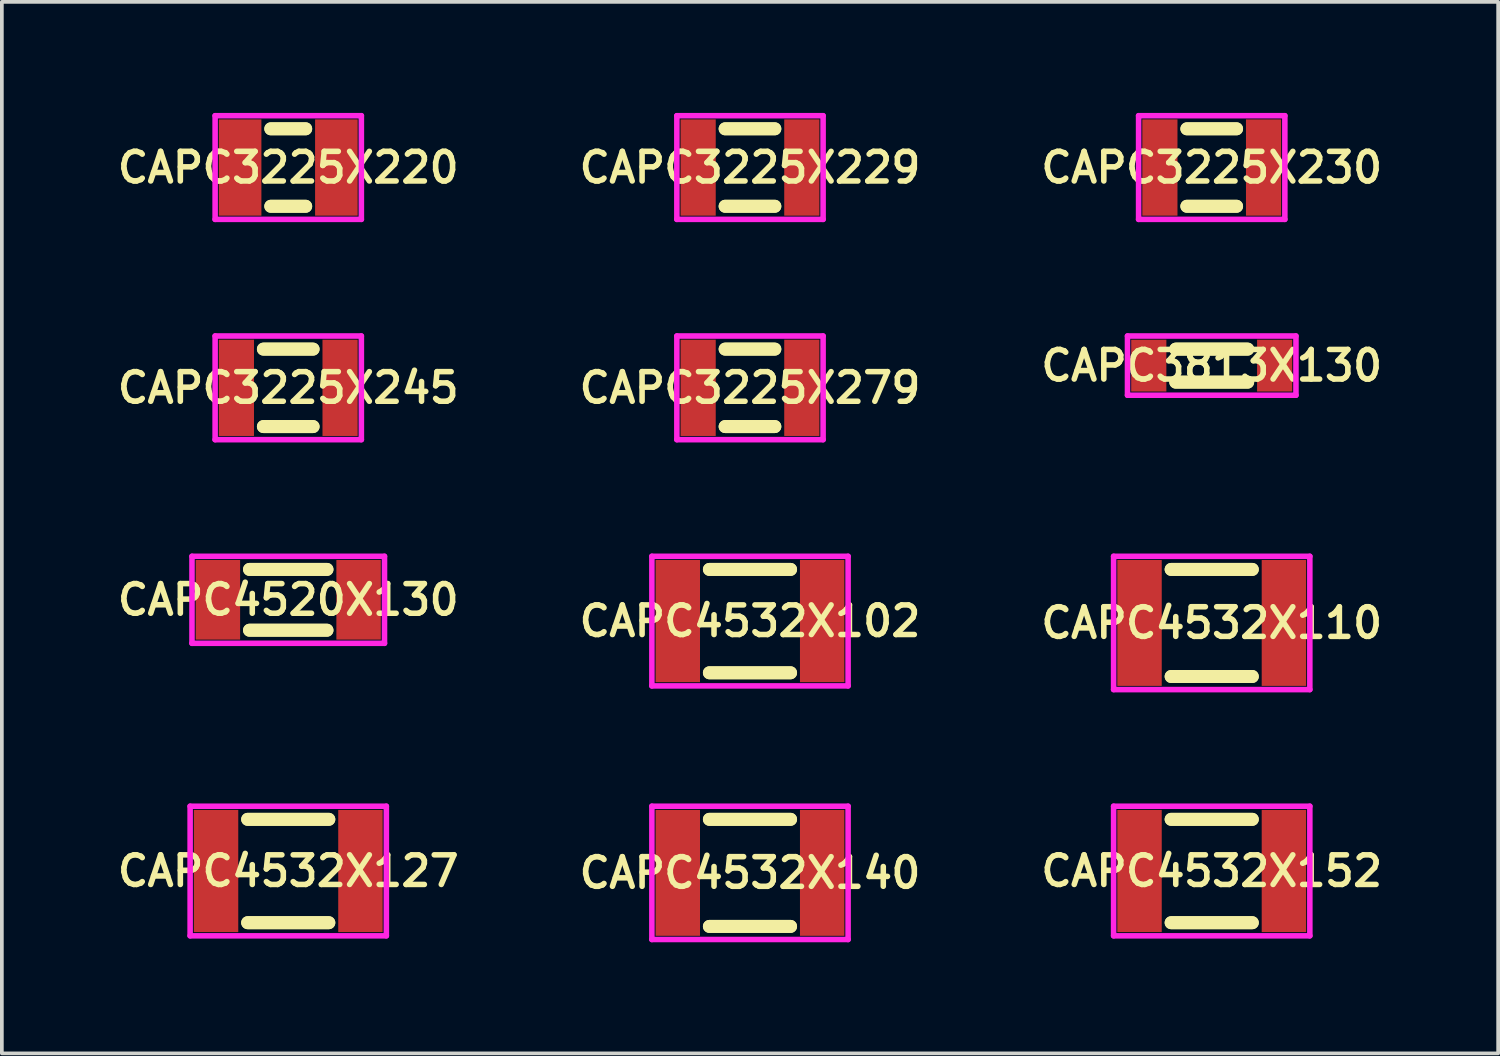
<source format=kicad_pcb>
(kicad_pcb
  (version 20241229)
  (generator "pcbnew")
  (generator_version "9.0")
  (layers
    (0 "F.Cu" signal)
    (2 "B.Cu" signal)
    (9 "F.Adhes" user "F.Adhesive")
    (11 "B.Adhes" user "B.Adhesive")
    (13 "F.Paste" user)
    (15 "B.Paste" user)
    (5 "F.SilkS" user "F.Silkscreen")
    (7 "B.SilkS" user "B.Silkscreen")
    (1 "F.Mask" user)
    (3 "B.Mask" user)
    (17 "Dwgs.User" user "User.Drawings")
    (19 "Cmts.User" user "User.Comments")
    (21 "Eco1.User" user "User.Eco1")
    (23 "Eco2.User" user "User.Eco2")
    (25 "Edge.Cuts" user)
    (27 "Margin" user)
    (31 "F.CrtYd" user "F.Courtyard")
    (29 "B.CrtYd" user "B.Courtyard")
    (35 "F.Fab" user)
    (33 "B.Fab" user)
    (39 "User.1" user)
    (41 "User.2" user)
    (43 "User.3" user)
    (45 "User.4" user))
  (footprint "CAPC4532X102"
    (layer "F.Cu")
    (at 17.206 13.725)
    (property "Reference" "CAPC4532X102" (at 0 0 0) (layer "F.SilkS") (effects (font (size 0.8 0.8) (thickness 0.15))))
    (attr smd)
    (fp_line (start -1.096 -1.396) (end 1.096 -1.396) (stroke (width 0.35) (type solid)) (layer "F.SilkS"))
    (fp_line (start -1.096 1.396) (end 1.096 1.396) (stroke (width 0.35) (type solid)) (layer "F.SilkS"))
    (fp_line (start 1.096 -1.396) (end -1.096 -1.396) (stroke (width 0.35) (type solid)) (layer "F.SilkS"))
    (fp_line (start 1.096 1.396) (end -1.096 1.396) (stroke (width 0.35) (type solid)) (layer "F.SilkS"))
    (fp_line (start -2.65 -1.75) (end 2.65 -1.75) (stroke (width 0.15) (type solid)) (layer "F.CrtYd"))
    (fp_line (start -2.65 1.75) (end -2.65 -1.75) (stroke (width 0.15) (type solid)) (layer "F.CrtYd"))
    (fp_line (start 2.65 -1.75) (end 2.65 1.75) (stroke (width 0.15) (type solid)) (layer "F.CrtYd"))
    (fp_line (start 2.65 1.75) (end -2.65 1.75) (stroke (width 0.15) (type solid)) (layer "F.CrtYd"))
    (pad "1" smd rect (at -1.95 0) (size 1.2 3.3) (layers "F.Cu" "F.Mask" "F.Paste"))
    (pad "2" smd rect (at 1.95 0) (size 1.2 3.3) (layers "F.Cu" "F.Mask" "F.Paste")))
  (footprint "CAPC3225X229"
    (layer "F.Cu")
    (at 17.206 1.475)
    (property "Reference" "CAPC3225X229" (at 0 0 0) (layer "F.SilkS") (effects (font (size 0.8 0.8) (thickness 0.15))))
    (attr smd)
    (fp_line (start -0.671 -1.046) (end 0.671 -1.046) (stroke (width 0.35) (type solid)) (layer "F.SilkS"))
    (fp_line (start -0.671 1.046) (end 0.671 1.046) (stroke (width 0.35) (type solid)) (layer "F.SilkS"))
    (fp_line (start 0.671 -1.046) (end -0.671 -1.046) (stroke (width 0.35) (type solid)) (layer "F.SilkS"))
    (fp_line (start 0.671 1.046) (end -0.671 1.046) (stroke (width 0.35) (type solid)) (layer "F.SilkS"))
    (fp_line (start -1.975 -1.4) (end 1.975 -1.4) (stroke (width 0.15) (type solid)) (layer "F.CrtYd"))
    (fp_line (start -1.975 1.4) (end -1.975 -1.4) (stroke (width 0.15) (type solid)) (layer "F.CrtYd"))
    (fp_line (start 1.975 -1.4) (end 1.975 1.4) (stroke (width 0.15) (type solid)) (layer "F.CrtYd"))
    (fp_line (start 1.975 1.4) (end -1.975 1.4) (stroke (width 0.15) (type solid)) (layer "F.CrtYd"))
    (pad "1" smd rect (at -1.4 0) (size 0.95 2.6) (layers "F.Cu" "F.Mask" "F.Paste"))
    (pad "2" smd rect (at 1.4 0) (size 0.95 2.6) (layers "F.Cu" "F.Mask" "F.Paste")))
  (footprint "CAPC4532X140"
    (layer "F.Cu")
    (at 17.206 20.525)
    (property "Reference" "CAPC4532X140" (at 0 0 0) (layer "F.SilkS") (effects (font (size 0.8 0.8) (thickness 0.15))))
    (attr smd)
    (fp_line (start -1.096 -1.446) (end 1.096 -1.446) (stroke (width 0.35) (type solid)) (layer "F.SilkS"))
    (fp_line (start -1.096 1.446) (end 1.096 1.446) (stroke (width 0.35) (type solid)) (layer "F.SilkS"))
    (fp_line (start 1.096 -1.446) (end -1.096 -1.446) (stroke (width 0.35) (type solid)) (layer "F.SilkS"))
    (fp_line (start 1.096 1.446) (end -1.096 1.446) (stroke (width 0.35) (type solid)) (layer "F.SilkS"))
    (fp_line (start -2.65 -1.8) (end 2.65 -1.8) (stroke (width 0.15) (type solid)) (layer "F.CrtYd"))
    (fp_line (start -2.65 1.8) (end -2.65 -1.8) (stroke (width 0.15) (type solid)) (layer "F.CrtYd"))
    (fp_line (start 2.65 -1.8) (end 2.65 1.8) (stroke (width 0.15) (type solid)) (layer "F.CrtYd"))
    (fp_line (start 2.65 1.8) (end -2.65 1.8) (stroke (width 0.15) (type solid)) (layer "F.CrtYd"))
    (pad "1" smd rect (at -1.95 0) (size 1.2 3.4) (layers "F.Cu" "F.Mask" "F.Paste"))
    (pad "2" smd rect (at 1.95 0) (size 1.2 3.4) (layers "F.Cu" "F.Mask" "F.Paste")))
  (footprint "CAPC3225X230"
    (layer "F.Cu")
    (at 29.677 1.475)
    (property "Reference" "CAPC3225X230" (at 0 0 0) (layer "F.SilkS") (effects (font (size 0.8 0.8) (thickness 0.15))))
    (attr through_hole)
    (fp_line (start -0.671 -1.046) (end 0.671 -1.046) (stroke (width 0.35) (type solid)) (layer "F.SilkS"))
    (fp_line (start -0.671 1.046) (end 0.671 1.046) (stroke (width 0.35) (type solid)) (layer "F.SilkS"))
    (fp_line (start 0.671 -1.046) (end -0.671 -1.046) (stroke (width 0.35) (type solid)) (layer "F.SilkS"))
    (fp_line (start 0.671 1.046) (end -0.671 1.046) (stroke (width 0.35) (type solid)) (layer "F.SilkS"))
    (fp_line (start -1.975 -1.4) (end 1.975 -1.4) (stroke (width 0.15) (type solid)) (layer "F.CrtYd"))
    (fp_line (start -1.975 1.4) (end -1.975 -1.4) (stroke (width 0.15) (type solid)) (layer "F.CrtYd"))
    (fp_line (start 1.975 -1.4) (end 1.975 1.4) (stroke (width 0.15) (type solid)) (layer "F.CrtYd"))
    (fp_line (start 1.975 1.4) (end -1.975 1.4) (stroke (width 0.15) (type solid)) (layer "F.CrtYd"))
    (pad "1" smd rect (at -1.4 0) (size 0.95 2.6) (layers "F.Cu" "F.Mask" "F.Paste"))
    (pad "2" smd rect (at 1.4 0) (size 0.95 2.6) (layers "F.Cu" "F.Mask" "F.Paste")))
  (footprint "CAPC4532X127"
    (layer "F.Cu")
    (at 4.735 20.475)
    (property "Reference" "CAPC4532X127" (at 0 0 0) (layer "F.SilkS") (effects (font (size 0.8 0.8) (thickness 0.15))))
    (attr smd)
    (fp_line (start -1.096 -1.396) (end 1.096 -1.396) (stroke (width 0.35) (type solid)) (layer "F.SilkS"))
    (fp_line (start -1.096 1.396) (end 1.096 1.396) (stroke (width 0.35) (type solid)) (layer "F.SilkS"))
    (fp_line (start 1.096 -1.396) (end -1.096 -1.396) (stroke (width 0.35) (type solid)) (layer "F.SilkS"))
    (fp_line (start 1.096 1.396) (end -1.096 1.396) (stroke (width 0.35) (type solid)) (layer "F.SilkS"))
    (fp_line (start -2.65 -1.75) (end 2.65 -1.75) (stroke (width 0.15) (type solid)) (layer "F.CrtYd"))
    (fp_line (start -2.65 1.75) (end -2.65 -1.75) (stroke (width 0.15) (type solid)) (layer "F.CrtYd"))
    (fp_line (start 2.65 -1.75) (end 2.65 1.75) (stroke (width 0.15) (type solid)) (layer "F.CrtYd"))
    (fp_line (start 2.65 1.75) (end -2.65 1.75) (stroke (width 0.15) (type solid)) (layer "F.CrtYd"))
    (pad "1" smd rect (at -1.95 0) (size 1.2 3.3) (layers "F.Cu" "F.Mask" "F.Paste"))
    (pad "2" smd rect (at 1.95 0) (size 1.2 3.3) (layers "F.Cu" "F.Mask" "F.Paste")))
  (footprint "CAPC4532X110"
    (layer "F.Cu")
    (at 29.677 13.775)
    (property "Reference" "CAPC4532X110" (at 0 0 0) (layer "F.SilkS") (effects (font (size 0.8 0.8) (thickness 0.15))))
    (attr through_hole)
    (fp_line (start -1.096 -1.446) (end 1.096 -1.446) (stroke (width 0.35) (type solid)) (layer "F.SilkS"))
    (fp_line (start -1.096 1.446) (end 1.096 1.446) (stroke (width 0.35) (type solid)) (layer "F.SilkS"))
    (fp_line (start 1.096 -1.446) (end -1.096 -1.446) (stroke (width 0.35) (type solid)) (layer "F.SilkS"))
    (fp_line (start 1.096 1.446) (end -1.096 1.446) (stroke (width 0.35) (type solid)) (layer "F.SilkS"))
    (fp_line (start -2.65 -1.8) (end 2.65 -1.8) (stroke (width 0.15) (type solid)) (layer "F.CrtYd"))
    (fp_line (start -2.65 1.8) (end -2.65 -1.8) (stroke (width 0.15) (type solid)) (layer "F.CrtYd"))
    (fp_line (start 2.65 -1.8) (end 2.65 1.8) (stroke (width 0.15) (type solid)) (layer "F.CrtYd"))
    (fp_line (start 2.65 1.8) (end -2.65 1.8) (stroke (width 0.15) (type solid)) (layer "F.CrtYd"))
    (pad "1" smd rect (at -1.95 0) (size 1.2 3.4) (layers "F.Cu" "F.Mask" "F.Paste"))
    (pad "2" smd rect (at 1.95 0) (size 1.2 3.4) (layers "F.Cu" "F.Mask" "F.Paste")))
  (footprint "CAPC4520X130"
    (layer "F.Cu")
    (at 4.735 13.15)
    (property "Reference" "CAPC4520X130" (at 0 0 0) (layer "F.SilkS") (effects (font (size 0.8 0.8) (thickness 0.15))))
    (attr through_hole)
    (fp_line (start -1.046 -0.821) (end 1.046 -0.821) (stroke (width 0.35) (type solid)) (layer "F.SilkS"))
    (fp_line (start -1.046 0.821) (end 1.046 0.821) (stroke (width 0.35) (type solid)) (layer "F.SilkS"))
    (fp_line (start 1.046 -0.821) (end -1.046 -0.821) (stroke (width 0.35) (type solid)) (layer "F.SilkS"))
    (fp_line (start 1.046 0.821) (end -1.046 0.821) (stroke (width 0.35) (type solid)) (layer "F.SilkS"))
    (fp_line (start -2.6 -1.175) (end 2.6 -1.175) (stroke (width 0.15) (type solid)) (layer "F.CrtYd"))
    (fp_line (start -2.6 1.175) (end -2.6 -1.175) (stroke (width 0.15) (type solid)) (layer "F.CrtYd"))
    (fp_line (start 2.6 -1.175) (end 2.6 1.175) (stroke (width 0.15) (type solid)) (layer "F.CrtYd"))
    (fp_line (start 2.6 1.175) (end -2.6 1.175) (stroke (width 0.15) (type solid)) (layer "F.CrtYd"))
    (pad "1" smd rect (at -1.9 0) (size 1.2 2.15) (layers "F.Cu" "F.Mask" "F.Paste"))
    (pad "2" smd rect (at 1.9 0) (size 1.2 2.15) (layers "F.Cu" "F.Mask" "F.Paste")))
  (footprint "CAPC3225X220"
    (layer "F.Cu")
    (at 4.735 1.475)
    (property "Reference" "CAPC3225X220" (at 0 0 0) (layer "F.SilkS") (effects (font (size 0.8 0.8) (thickness 0.15))))
    (attr smd)
    (fp_line (start -0.471 -1.046) (end 0.471 -1.046) (stroke (width 0.35) (type solid)) (layer "F.SilkS"))
    (fp_line (start -0.471 1.046) (end 0.471 1.046) (stroke (width 0.35) (type solid)) (layer "F.SilkS"))
    (fp_line (start 0.471 -1.046) (end -0.471 -1.046) (stroke (width 0.35) (type solid)) (layer "F.SilkS"))
    (fp_line (start 0.471 1.046) (end -0.471 1.046) (stroke (width 0.35) (type solid)) (layer "F.SilkS"))
    (fp_line (start -1.975 -1.4) (end 1.975 -1.4) (stroke (width 0.15) (type solid)) (layer "F.CrtYd"))
    (fp_line (start -1.975 1.4) (end -1.975 -1.4) (stroke (width 0.15) (type solid)) (layer "F.CrtYd"))
    (fp_line (start 1.975 -1.4) (end 1.975 1.4) (stroke (width 0.15) (type solid)) (layer "F.CrtYd"))
    (fp_line (start 1.975 1.4) (end -1.975 1.4) (stroke (width 0.15) (type solid)) (layer "F.CrtYd"))
    (pad "1" smd rect (at -1.3 0) (size 1.15 2.6) (layers "F.Cu" "F.Mask" "F.Paste"))
    (pad "2" smd rect (at 1.3 0) (size 1.15 2.6) (layers "F.Cu" "F.Mask" "F.Paste")))
  (footprint "CAPC4532X152"
    (layer "F.Cu")
    (at 29.677 20.475)
    (property "Reference" "CAPC4532X152" (at 0 0 0) (layer "F.SilkS") (effects (font (size 0.8 0.8) (thickness 0.15))))
    (attr through_hole)
    (fp_line (start -1.096 -1.396) (end 1.096 -1.396) (stroke (width 0.35) (type solid)) (layer "F.SilkS"))
    (fp_line (start -1.096 1.396) (end 1.096 1.396) (stroke (width 0.35) (type solid)) (layer "F.SilkS"))
    (fp_line (start 1.096 -1.396) (end -1.096 -1.396) (stroke (width 0.35) (type solid)) (layer "F.SilkS"))
    (fp_line (start 1.096 1.396) (end -1.096 1.396) (stroke (width 0.35) (type solid)) (layer "F.SilkS"))
    (fp_line (start -2.65 -1.75) (end 2.65 -1.75) (stroke (width 0.15) (type solid)) (layer "F.CrtYd"))
    (fp_line (start -2.65 1.75) (end -2.65 -1.75) (stroke (width 0.15) (type solid)) (layer "F.CrtYd"))
    (fp_line (start 2.65 -1.75) (end 2.65 1.75) (stroke (width 0.15) (type solid)) (layer "F.CrtYd"))
    (fp_line (start 2.65 1.75) (end -2.65 1.75) (stroke (width 0.15) (type solid)) (layer "F.CrtYd"))
    (pad "1" smd rect (at -1.95 0) (size 1.2 3.3) (layers "F.Cu" "F.Mask" "F.Paste"))
    (pad "2" smd rect (at 1.95 0) (size 1.2 3.3) (layers "F.Cu" "F.Mask" "F.Paste")))
  (footprint "CAPC3813X130"
    (layer "F.Cu")
    (at 29.677 6.825)
    (property "Reference" "CAPC3813X130" (at 0 0 0) (layer "F.SilkS") (effects (font (size 0.8 0.8) (thickness 0.15))))
    (attr smd)
    (fp_line (start -0.971 -0.446) (end 0.971 -0.446) (stroke (width 0.35) (type solid)) (layer "F.SilkS"))
    (fp_line (start -0.971 0.446) (end 0.971 0.446) (stroke (width 0.35) (type solid)) (layer "F.SilkS"))
    (fp_line (start 0.971 -0.446) (end -0.971 -0.446) (stroke (width 0.35) (type solid)) (layer "F.SilkS"))
    (fp_line (start 0.971 0.446) (end -0.971 0.446) (stroke (width 0.35) (type solid)) (layer "F.SilkS"))
    (fp_line (start -2.275 -0.8) (end 2.275 -0.8) (stroke (width 0.15) (type solid)) (layer "F.CrtYd"))
    (fp_line (start -2.275 0.8) (end -2.275 -0.8) (stroke (width 0.15) (type solid)) (layer "F.CrtYd"))
    (fp_line (start 2.275 -0.8) (end 2.275 0.8) (stroke (width 0.15) (type solid)) (layer "F.CrtYd"))
    (fp_line (start 2.275 0.8) (end -2.275 0.8) (stroke (width 0.15) (type solid)) (layer "F.CrtYd"))
    (pad "1" smd rect (at -1.7 0) (size 0.95 1.4) (layers "F.Cu" "F.Mask" "F.Paste"))
    (pad "2" smd rect (at 1.7 0) (size 0.95 1.4) (layers "F.Cu" "F.Mask" "F.Paste")))
  (footprint "CAPC3225X279"
    (layer "F.Cu")
    (at 17.206 7.425)
    (property "Reference" "CAPC3225X279" (at 0 0 0) (layer "F.SilkS") (effects (font (size 0.8 0.8) (thickness 0.15))))
    (attr through_hole)
    (fp_line (start -0.671 -1.046) (end 0.671 -1.046) (stroke (width 0.35) (type solid)) (layer "F.SilkS"))
    (fp_line (start -0.671 1.046) (end 0.671 1.046) (stroke (width 0.35) (type solid)) (layer "F.SilkS"))
    (fp_line (start 0.671 -1.046) (end -0.671 -1.046) (stroke (width 0.35) (type solid)) (layer "F.SilkS"))
    (fp_line (start 0.671 1.046) (end -0.671 1.046) (stroke (width 0.35) (type solid)) (layer "F.SilkS"))
    (fp_line (start -1.975 -1.4) (end 1.975 -1.4) (stroke (width 0.15) (type solid)) (layer "F.CrtYd"))
    (fp_line (start -1.975 1.4) (end -1.975 -1.4) (stroke (width 0.15) (type solid)) (layer "F.CrtYd"))
    (fp_line (start 1.975 -1.4) (end 1.975 1.4) (stroke (width 0.15) (type solid)) (layer "F.CrtYd"))
    (fp_line (start 1.975 1.4) (end -1.975 1.4) (stroke (width 0.15) (type solid)) (layer "F.CrtYd"))
    (pad "1" smd rect (at -1.4 0) (size 0.95 2.6) (layers "F.Cu" "F.Mask" "F.Paste"))
    (pad "2" smd rect (at 1.4 0) (size 0.95 2.6) (layers "F.Cu" "F.Mask" "F.Paste")))
  (footprint "CAPC3225X245"
    (layer "F.Cu")
    (at 4.735 7.425)
    (property "Reference" "CAPC3225X245" (at 0 0 0) (layer "F.SilkS") (effects (font (size 0.8 0.8) (thickness 0.15))))
    (attr smd)
    (fp_line (start -0.671 -1.046) (end 0.671 -1.046) (stroke (width 0.35) (type solid)) (layer "F.SilkS"))
    (fp_line (start -0.671 1.046) (end 0.671 1.046) (stroke (width 0.35) (type solid)) (layer "F.SilkS"))
    (fp_line (start 0.671 -1.046) (end -0.671 -1.046) (stroke (width 0.35) (type solid)) (layer "F.SilkS"))
    (fp_line (start 0.671 1.046) (end -0.671 1.046) (stroke (width 0.35) (type solid)) (layer "F.SilkS"))
    (fp_line (start -1.975 -1.4) (end 1.975 -1.4) (stroke (width 0.15) (type solid)) (layer "F.CrtYd"))
    (fp_line (start -1.975 1.4) (end -1.975 -1.4) (stroke (width 0.15) (type solid)) (layer "F.CrtYd"))
    (fp_line (start 1.975 -1.4) (end 1.975 1.4) (stroke (width 0.15) (type solid)) (layer "F.CrtYd"))
    (fp_line (start 1.975 1.4) (end -1.975 1.4) (stroke (width 0.15) (type solid)) (layer "F.CrtYd"))
    (pad "1" smd rect (at -1.4 0) (size 0.95 2.6) (layers "F.Cu" "F.Mask" "F.Paste"))
    (pad "2" smd rect (at 1.4 0) (size 0.95 2.6) (layers "F.Cu" "F.Mask" "F.Paste")))
  (gr_rect
    (start -3 -3)
    (end 37.413 25.4)
    (stroke (width 0.1) (type default))
    (fill no)
    (layer "Edge.Cuts")))
</source>
